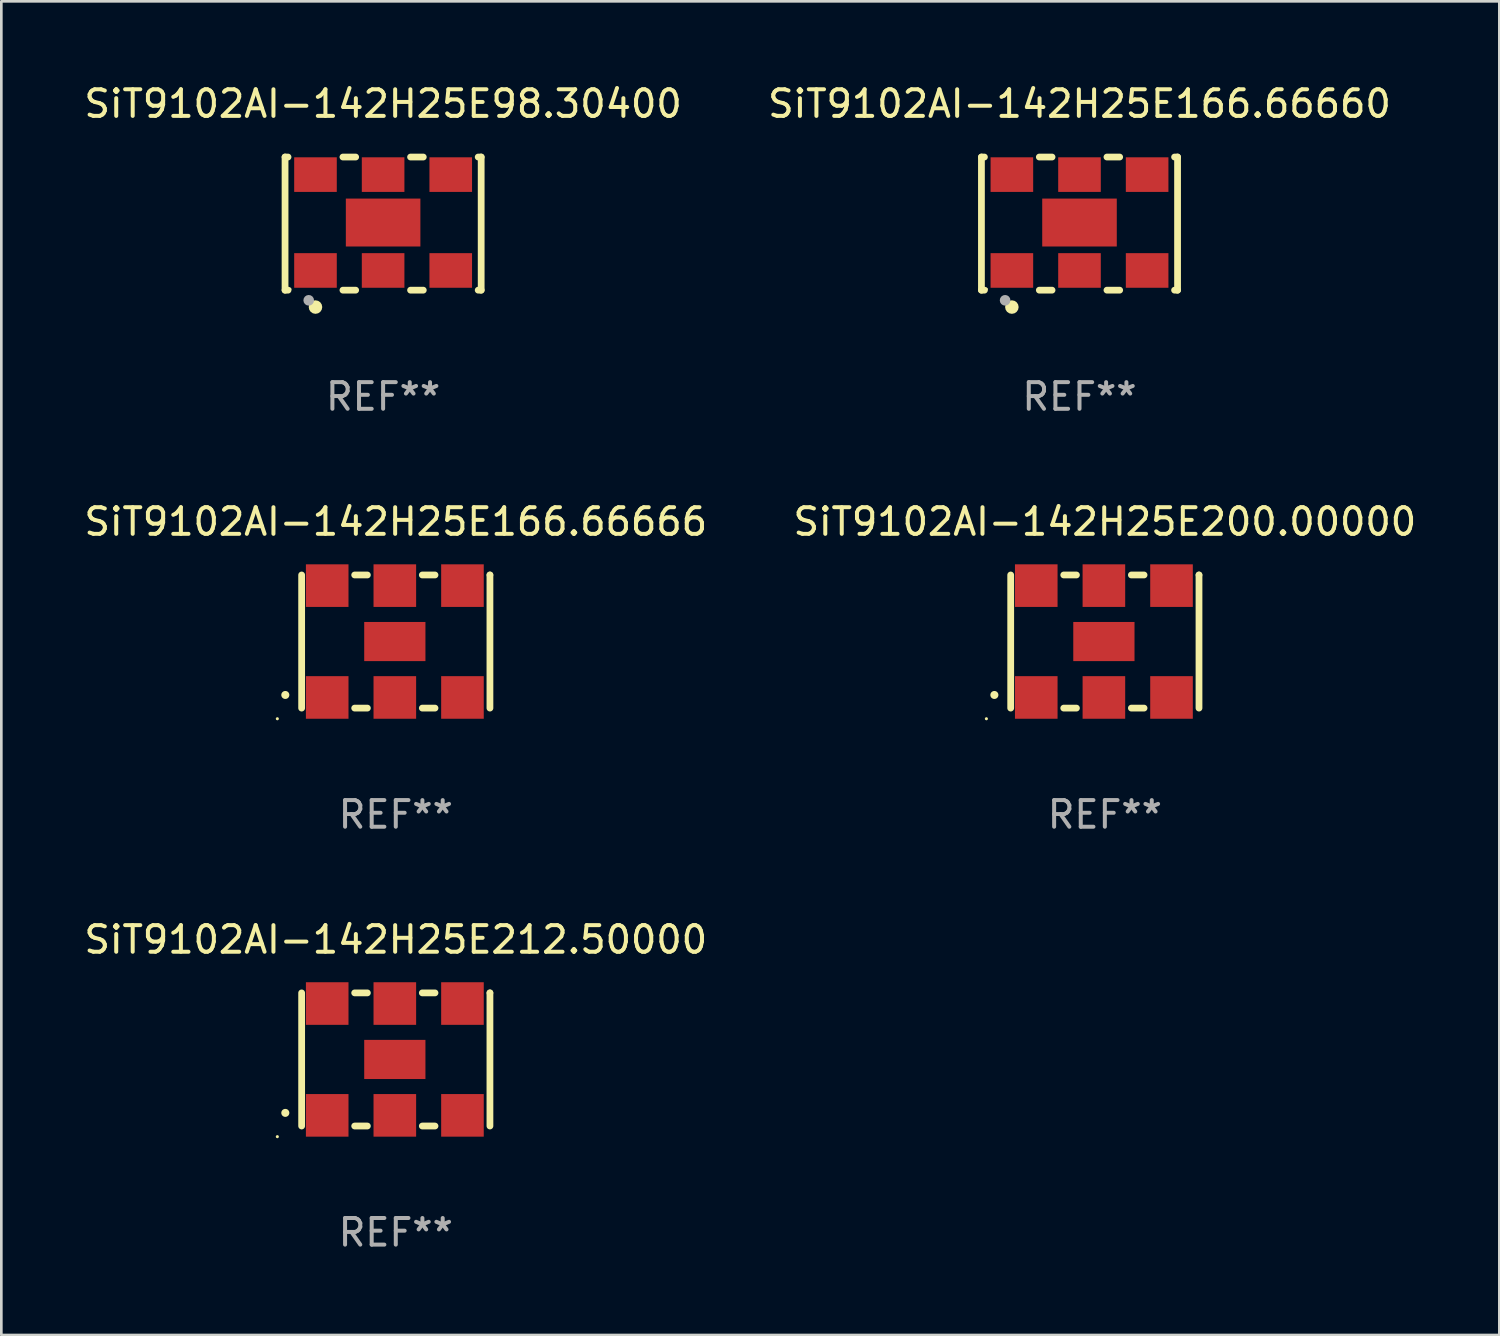
<source format=kicad_pcb>
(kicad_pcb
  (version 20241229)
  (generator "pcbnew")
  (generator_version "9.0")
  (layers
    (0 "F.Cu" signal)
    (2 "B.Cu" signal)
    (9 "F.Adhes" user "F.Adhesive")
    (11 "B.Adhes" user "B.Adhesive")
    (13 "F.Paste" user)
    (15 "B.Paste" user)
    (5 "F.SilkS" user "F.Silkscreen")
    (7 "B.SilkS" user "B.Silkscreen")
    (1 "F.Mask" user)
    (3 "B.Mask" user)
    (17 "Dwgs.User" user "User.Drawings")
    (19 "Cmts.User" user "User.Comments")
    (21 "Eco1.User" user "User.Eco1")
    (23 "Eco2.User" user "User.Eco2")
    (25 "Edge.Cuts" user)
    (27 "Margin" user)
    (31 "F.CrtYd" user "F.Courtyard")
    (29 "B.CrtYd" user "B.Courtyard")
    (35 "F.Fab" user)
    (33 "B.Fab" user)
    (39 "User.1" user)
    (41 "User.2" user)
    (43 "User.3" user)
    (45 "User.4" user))
  (footprint "SiT9102AI-142H25E200.00000"
    (layer "F.Cu")
    (at 38.446 21.045)
    (property "Reference" "SiT9102AI-142H25E200.00000" (at 0 -4.5 0) (layer "F.SilkS") (effects (font (size 1 1) (thickness 0.15))))
    (attr through_hole)
    (fp_line (start -3.536 -2.5) (end -3.536 2.5) (stroke (width 0.254) (type solid)) (layer "F.SilkS"))
    (fp_line (start -1.544 2.5) (end -1.067 2.5) (stroke (width 0.254) (type solid)) (layer "F.SilkS"))
    (fp_line (start -1.067 -2.5) (end -1.544 -2.5) (stroke (width 0.254) (type solid)) (layer "F.SilkS"))
    (fp_line (start 0.996 2.5) (end 1.473 2.5) (stroke (width 0.254) (type solid)) (layer "F.SilkS"))
    (fp_line (start 1.473 -2.5) (end 0.996 -2.5) (stroke (width 0.254) (type solid)) (layer "F.SilkS"))
    (fp_line (start 3.536 -2.5) (end 3.536 -2.5) (stroke (width 0.254) (type solid)) (layer "F.SilkS"))
    (fp_line (start 3.536 2.5) (end 3.536 -2.5) (stroke (width 0.254) (type solid)) (layer "F.SilkS"))
    (fp_arc (start -4.150432 2.006604) (mid -4.149162 2.006599) (end -4.147892 2.006604) (stroke (width 0.3) (type solid)) (layer "F.SilkS"))
    (fp_circle (center -4.449 2.9) (end -4.419 2.9) (stroke (width 0.06) (type solid)) (fill no) (layer "F.SilkS"))
    (fp_text user "REF**" (at 0 6.5 0) (layer "F.Fab") (effects (font (size 1 1) (thickness 0.15))))
    (pad "1" smd rect (at -2.576 2.1) (size 1.6 1.6) (layers "F.Cu" "F.Mask" "F.Paste"))
    (pad "2" smd rect (at -0.036 2.1) (size 1.6 1.6) (layers "F.Cu" "F.Mask" "F.Paste"))
    (pad "3" smd rect (at 2.504 2.1) (size 1.6 1.6) (layers "F.Cu" "F.Mask" "F.Paste"))
    (pad "4" smd rect (at 2.504 -2.1) (size 1.6 1.6) (layers "F.Cu" "F.Mask" "F.Paste"))
    (pad "5" smd rect (at -0.036 -2.1) (size 1.6 1.6) (layers "F.Cu" "F.Mask" "F.Paste"))
    (pad "6" smd rect (at -2.576 -2.1) (size 1.6 1.6) (layers "F.Cu" "F.Mask" "F.Paste"))
    (pad "7" smd rect (at -0.036 0) (size 2.3 1.47) (layers "F.Cu" "F.Mask" "F.Paste")))
  (footprint "SiT9102AI-142H25E166.66660"
    (layer "F.Cu")
    (at 37.494 5.348)
    (property "Reference" "SiT9102AI-142H25E166.66660" (at 0 -4.5 0) (layer "F.SilkS") (effects (font (size 1 1) (thickness 0.15))))
    (attr through_hole)
    (fp_line (start -3.683 -2.5) (end -3.571 -2.5) (stroke (width 0.254) (type solid)) (layer "F.SilkS"))
    (fp_line (start -3.683 2.5) (end -3.683 -2.5) (stroke (width 0.254) (type solid)) (layer "F.SilkS"))
    (fp_line (start -3.683 2.5) (end -3.571 2.5) (stroke (width 0.254) (type solid)) (layer "F.SilkS"))
    (fp_line (start -1.509 -2.5) (end -1.031 -2.5) (stroke (width 0.254) (type solid)) (layer "F.SilkS"))
    (fp_line (start -1.509 2.5) (end -1.031 2.5) (stroke (width 0.254) (type solid)) (layer "F.SilkS"))
    (fp_line (start 1.031 -2.5) (end 1.509 -2.5) (stroke (width 0.254) (type solid)) (layer "F.SilkS"))
    (fp_line (start 1.031 2.5) (end 1.509 2.5) (stroke (width 0.254) (type solid)) (layer "F.SilkS"))
    (fp_line (start 3.571 -2.5) (end 3.683 -2.5) (stroke (width 0.254) (type solid)) (layer "F.SilkS"))
    (fp_line (start 3.571 2.5) (end 3.683 2.5) (stroke (width 0.254) (type solid)) (layer "F.SilkS"))
    (fp_line (start 3.683 2.5) (end 3.683 -2.5) (stroke (width 0.254) (type solid)) (layer "F.SilkS"))
    (fp_circle (center -3.5 2.46) (end -3.47 2.46) (stroke (width 0.06) (type solid)) (fill no) (layer "F.SilkS"))
    (fp_circle (center -2.54 3.135) (end -2.413 3.135) (stroke (width 0.254) (type solid)) (fill no) (layer "F.SilkS"))
    (fp_circle (center -2.794 2.881) (end -2.694 2.881) (stroke (width 0.2) (type solid)) (fill no) (layer "F.Fab"))
    (fp_text user "REF**" (at 0 6.5 0) (layer "F.Fab") (effects (font (size 1 1) (thickness 0.15))))
    (pad "1" smd rect (at -2.54 1.76) (size 1.6 1.3) (layers "F.Cu" "F.Mask" "F.Paste"))
    (pad "2" smd rect (at 0 1.76) (size 1.6 1.3) (layers "F.Cu" "F.Mask" "F.Paste"))
    (pad "3" smd rect (at 2.54 1.76) (size 1.6 1.3) (layers "F.Cu" "F.Mask" "F.Paste"))
    (pad "4" smd rect (at 2.54 -1.84) (size 1.6 1.3) (layers "F.Cu" "F.Mask" "F.Paste"))
    (pad "5" smd rect (at 0 -1.84) (size 1.6 1.3) (layers "F.Cu" "F.Mask" "F.Paste"))
    (pad "6" smd rect (at -2.54 -1.84) (size 1.6 1.3) (layers "F.Cu" "F.Mask" "F.Paste"))
    (pad "7" smd rect (at 0 -0.04) (size 2.8 1.8) (layers "F.Cu" "F.Mask" "F.Paste")))
  (footprint "SiT9102AI-142H25E98.30400"
    (layer "F.Cu")
    (at 11.339 5.348)
    (property "Reference" "SiT9102AI-142H25E98.30400" (at 0 -4.5 0) (layer "F.SilkS") (effects (font (size 1 1) (thickness 0.15))))
    (attr through_hole)
    (fp_line (start -3.683 -2.5) (end -3.571 -2.5) (stroke (width 0.254) (type solid)) (layer "F.SilkS"))
    (fp_line (start -3.683 2.5) (end -3.683 -2.5) (stroke (width 0.254) (type solid)) (layer "F.SilkS"))
    (fp_line (start -3.683 2.5) (end -3.571 2.5) (stroke (width 0.254) (type solid)) (layer "F.SilkS"))
    (fp_line (start -1.509 -2.5) (end -1.031 -2.5) (stroke (width 0.254) (type solid)) (layer "F.SilkS"))
    (fp_line (start -1.509 2.5) (end -1.031 2.5) (stroke (width 0.254) (type solid)) (layer "F.SilkS"))
    (fp_line (start 1.031 -2.5) (end 1.509 -2.5) (stroke (width 0.254) (type solid)) (layer "F.SilkS"))
    (fp_line (start 1.031 2.5) (end 1.509 2.5) (stroke (width 0.254) (type solid)) (layer "F.SilkS"))
    (fp_line (start 3.571 -2.5) (end 3.683 -2.5) (stroke (width 0.254) (type solid)) (layer "F.SilkS"))
    (fp_line (start 3.571 2.5) (end 3.683 2.5) (stroke (width 0.254) (type solid)) (layer "F.SilkS"))
    (fp_line (start 3.683 2.5) (end 3.683 -2.5) (stroke (width 0.254) (type solid)) (layer "F.SilkS"))
    (fp_circle (center -3.5 2.46) (end -3.47 2.46) (stroke (width 0.06) (type solid)) (fill no) (layer "F.SilkS"))
    (fp_circle (center -2.54 3.135) (end -2.413 3.135) (stroke (width 0.254) (type solid)) (fill no) (layer "F.SilkS"))
    (fp_circle (center -2.794 2.881) (end -2.694 2.881) (stroke (width 0.2) (type solid)) (fill no) (layer "F.Fab"))
    (fp_text user "REF**" (at 0 6.5 0) (layer "F.Fab") (effects (font (size 1 1) (thickness 0.15))))
    (pad "1" smd rect (at -2.54 1.76) (size 1.6 1.3) (layers "F.Cu" "F.Mask" "F.Paste"))
    (pad "2" smd rect (at 0 1.76) (size 1.6 1.3) (layers "F.Cu" "F.Mask" "F.Paste"))
    (pad "3" smd rect (at 2.54 1.76) (size 1.6 1.3) (layers "F.Cu" "F.Mask" "F.Paste"))
    (pad "4" smd rect (at 2.54 -1.84) (size 1.6 1.3) (layers "F.Cu" "F.Mask" "F.Paste"))
    (pad "5" smd rect (at 0 -1.84) (size 1.6 1.3) (layers "F.Cu" "F.Mask" "F.Paste"))
    (pad "6" smd rect (at -2.54 -1.84) (size 1.6 1.3) (layers "F.Cu" "F.Mask" "F.Paste"))
    (pad "7" smd rect (at 0 -0.04) (size 2.8 1.8) (layers "F.Cu" "F.Mask" "F.Paste")))
  (footprint "SiT9102AI-142H25E212.50000"
    (layer "F.Cu")
    (at 11.815 36.741)
    (property "Reference" "SiT9102AI-142H25E212.50000" (at 0 -4.5 0) (layer "F.SilkS") (effects (font (size 1 1) (thickness 0.15))))
    (attr through_hole)
    (fp_line (start -3.536 -2.5) (end -3.536 2.5) (stroke (width 0.254) (type solid)) (layer "F.SilkS"))
    (fp_line (start -1.544 2.5) (end -1.067 2.5) (stroke (width 0.254) (type solid)) (layer "F.SilkS"))
    (fp_line (start -1.067 -2.5) (end -1.544 -2.5) (stroke (width 0.254) (type solid)) (layer "F.SilkS"))
    (fp_line (start 0.996 2.5) (end 1.473 2.5) (stroke (width 0.254) (type solid)) (layer "F.SilkS"))
    (fp_line (start 1.473 -2.5) (end 0.996 -2.5) (stroke (width 0.254) (type solid)) (layer "F.SilkS"))
    (fp_line (start 3.536 -2.5) (end 3.536 -2.5) (stroke (width 0.254) (type solid)) (layer "F.SilkS"))
    (fp_line (start 3.536 2.5) (end 3.536 -2.5) (stroke (width 0.254) (type solid)) (layer "F.SilkS"))
    (fp_arc (start -4.150432 2.006604) (mid -4.149162 2.006599) (end -4.147892 2.006604) (stroke (width 0.3) (type solid)) (layer "F.SilkS"))
    (fp_circle (center -4.449 2.9) (end -4.419 2.9) (stroke (width 0.06) (type solid)) (fill no) (layer "F.SilkS"))
    (fp_text user "REF**" (at 0 6.5 0) (layer "F.Fab") (effects (font (size 1 1) (thickness 0.15))))
    (pad "1" smd rect (at -2.576 2.1) (size 1.6 1.6) (layers "F.Cu" "F.Mask" "F.Paste"))
    (pad "2" smd rect (at -0.036 2.1) (size 1.6 1.6) (layers "F.Cu" "F.Mask" "F.Paste"))
    (pad "3" smd rect (at 2.504 2.1) (size 1.6 1.6) (layers "F.Cu" "F.Mask" "F.Paste"))
    (pad "4" smd rect (at 2.504 -2.1) (size 1.6 1.6) (layers "F.Cu" "F.Mask" "F.Paste"))
    (pad "5" smd rect (at -0.036 -2.1) (size 1.6 1.6) (layers "F.Cu" "F.Mask" "F.Paste"))
    (pad "6" smd rect (at -2.576 -2.1) (size 1.6 1.6) (layers "F.Cu" "F.Mask" "F.Paste"))
    (pad "7" smd rect (at -0.036 0) (size 2.3 1.47) (layers "F.Cu" "F.Mask" "F.Paste")))
  (footprint "SiT9102AI-142H25E166.66666"
    (layer "F.Cu")
    (at 11.815 21.045)
    (property "Reference" "SiT9102AI-142H25E166.66666" (at 0 -4.5 0) (layer "F.SilkS") (effects (font (size 1 1) (thickness 0.15))))
    (attr through_hole)
    (fp_line (start -3.536 -2.5) (end -3.536 2.5) (stroke (width 0.254) (type solid)) (layer "F.SilkS"))
    (fp_line (start -1.544 2.5) (end -1.067 2.5) (stroke (width 0.254) (type solid)) (layer "F.SilkS"))
    (fp_line (start -1.067 -2.5) (end -1.544 -2.5) (stroke (width 0.254) (type solid)) (layer "F.SilkS"))
    (fp_line (start 0.996 2.5) (end 1.473 2.5) (stroke (width 0.254) (type solid)) (layer "F.SilkS"))
    (fp_line (start 1.473 -2.5) (end 0.996 -2.5) (stroke (width 0.254) (type solid)) (layer "F.SilkS"))
    (fp_line (start 3.536 -2.5) (end 3.536 -2.5) (stroke (width 0.254) (type solid)) (layer "F.SilkS"))
    (fp_line (start 3.536 2.5) (end 3.536 -2.5) (stroke (width 0.254) (type solid)) (layer "F.SilkS"))
    (fp_arc (start -4.150432 2.006604) (mid -4.149162 2.006599) (end -4.147892 2.006604) (stroke (width 0.3) (type solid)) (layer "F.SilkS"))
    (fp_circle (center -4.449 2.9) (end -4.419 2.9) (stroke (width 0.06) (type solid)) (fill no) (layer "F.SilkS"))
    (fp_text user "REF**" (at 0 6.5 0) (layer "F.Fab") (effects (font (size 1 1) (thickness 0.15))))
    (pad "1" smd rect (at -2.576 2.1) (size 1.6 1.6) (layers "F.Cu" "F.Mask" "F.Paste"))
    (pad "2" smd rect (at -0.036 2.1) (size 1.6 1.6) (layers "F.Cu" "F.Mask" "F.Paste"))
    (pad "3" smd rect (at 2.504 2.1) (size 1.6 1.6) (layers "F.Cu" "F.Mask" "F.Paste"))
    (pad "4" smd rect (at 2.504 -2.1) (size 1.6 1.6) (layers "F.Cu" "F.Mask" "F.Paste"))
    (pad "5" smd rect (at -0.036 -2.1) (size 1.6 1.6) (layers "F.Cu" "F.Mask" "F.Paste"))
    (pad "6" smd rect (at -2.576 -2.1) (size 1.6 1.6) (layers "F.Cu" "F.Mask" "F.Paste"))
    (pad "7" smd rect (at -0.036 0) (size 2.3 1.47) (layers "F.Cu" "F.Mask" "F.Paste")))
  (gr_rect
    (start -3 -3)
    (end 53.262 47.09)
    (stroke (width 0.1) (type default))
    (fill no)
    (layer "Edge.Cuts")))
</source>
